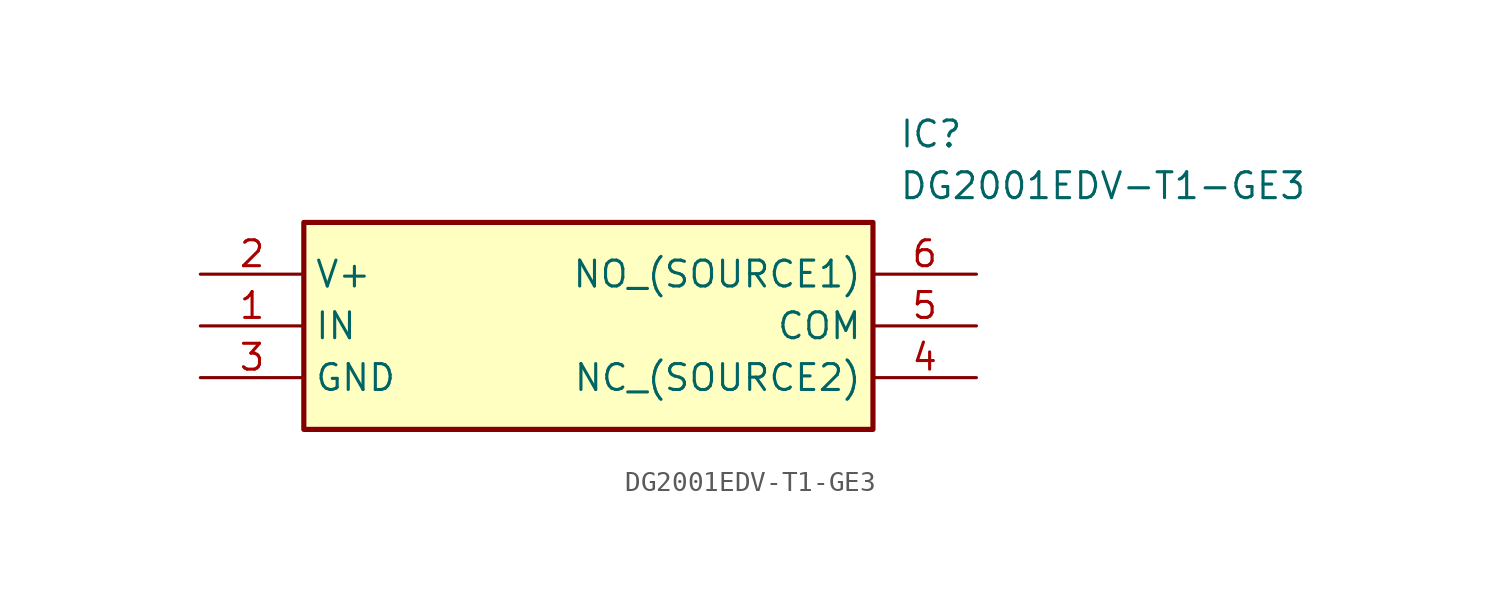
<source format=kicad_sym>
(kicad_symbol_lib
  (version 20231120)
  (generator "kicad_symbol_editor")
  (generator_version "8.0")
  (symbol "DG2001EDV-T1-GE3"
    (property "Reference" "IC"
      (at 34.29 7.62 0)
      (effects (font (size 1.27 1.27)) (justify left top)))
    (property "Value" "DG2001EDV-T1-GE3"
      (at 34.29 5.08 0)
      (effects (font (size 1.27 1.27)) (justify left top)))
    (symbol "DG2001EDV-T1-GE3_1_1"
      (rectangle (start 5.08 2.54) (end 33.02 -7.62) (stroke (width 0.254) (type default)) (fill (type background)))
      (pin passive line (at 0 -2.54 0) (length 5.08) (name "IN" (effects (font (size 1.27 1.27)))) (number "1" (effects (font (size 1.27 1.27)))))
      (pin passive line (at 0 0 0) (length 5.08) (name "V+" (effects (font (size 1.27 1.27)))) (number "2" (effects (font (size 1.27 1.27)))))
      (pin passive line (at 0 -5.08 0) (length 5.08) (name "GND" (effects (font (size 1.27 1.27)))) (number "3" (effects (font (size 1.27 1.27)))))
      (pin passive line (at 38.1 -5.08 180) (length 5.08) (name "NC_(SOURCE2)" (effects (font (size 1.27 1.27)))) (number "4" (effects (font (size 1.27 1.27)))))
      (pin passive line (at 38.1 -2.54 180) (length 5.08) (name "COM" (effects (font (size 1.27 1.27)))) (number "5" (effects (font (size 1.27 1.27)))))
      (pin passive line (at 38.1 0 180) (length 5.08) (name "NO_(SOURCE1)" (effects (font (size 1.27 1.27)))) (number "6" (effects (font (size 1.27 1.27))))))))
</source>
